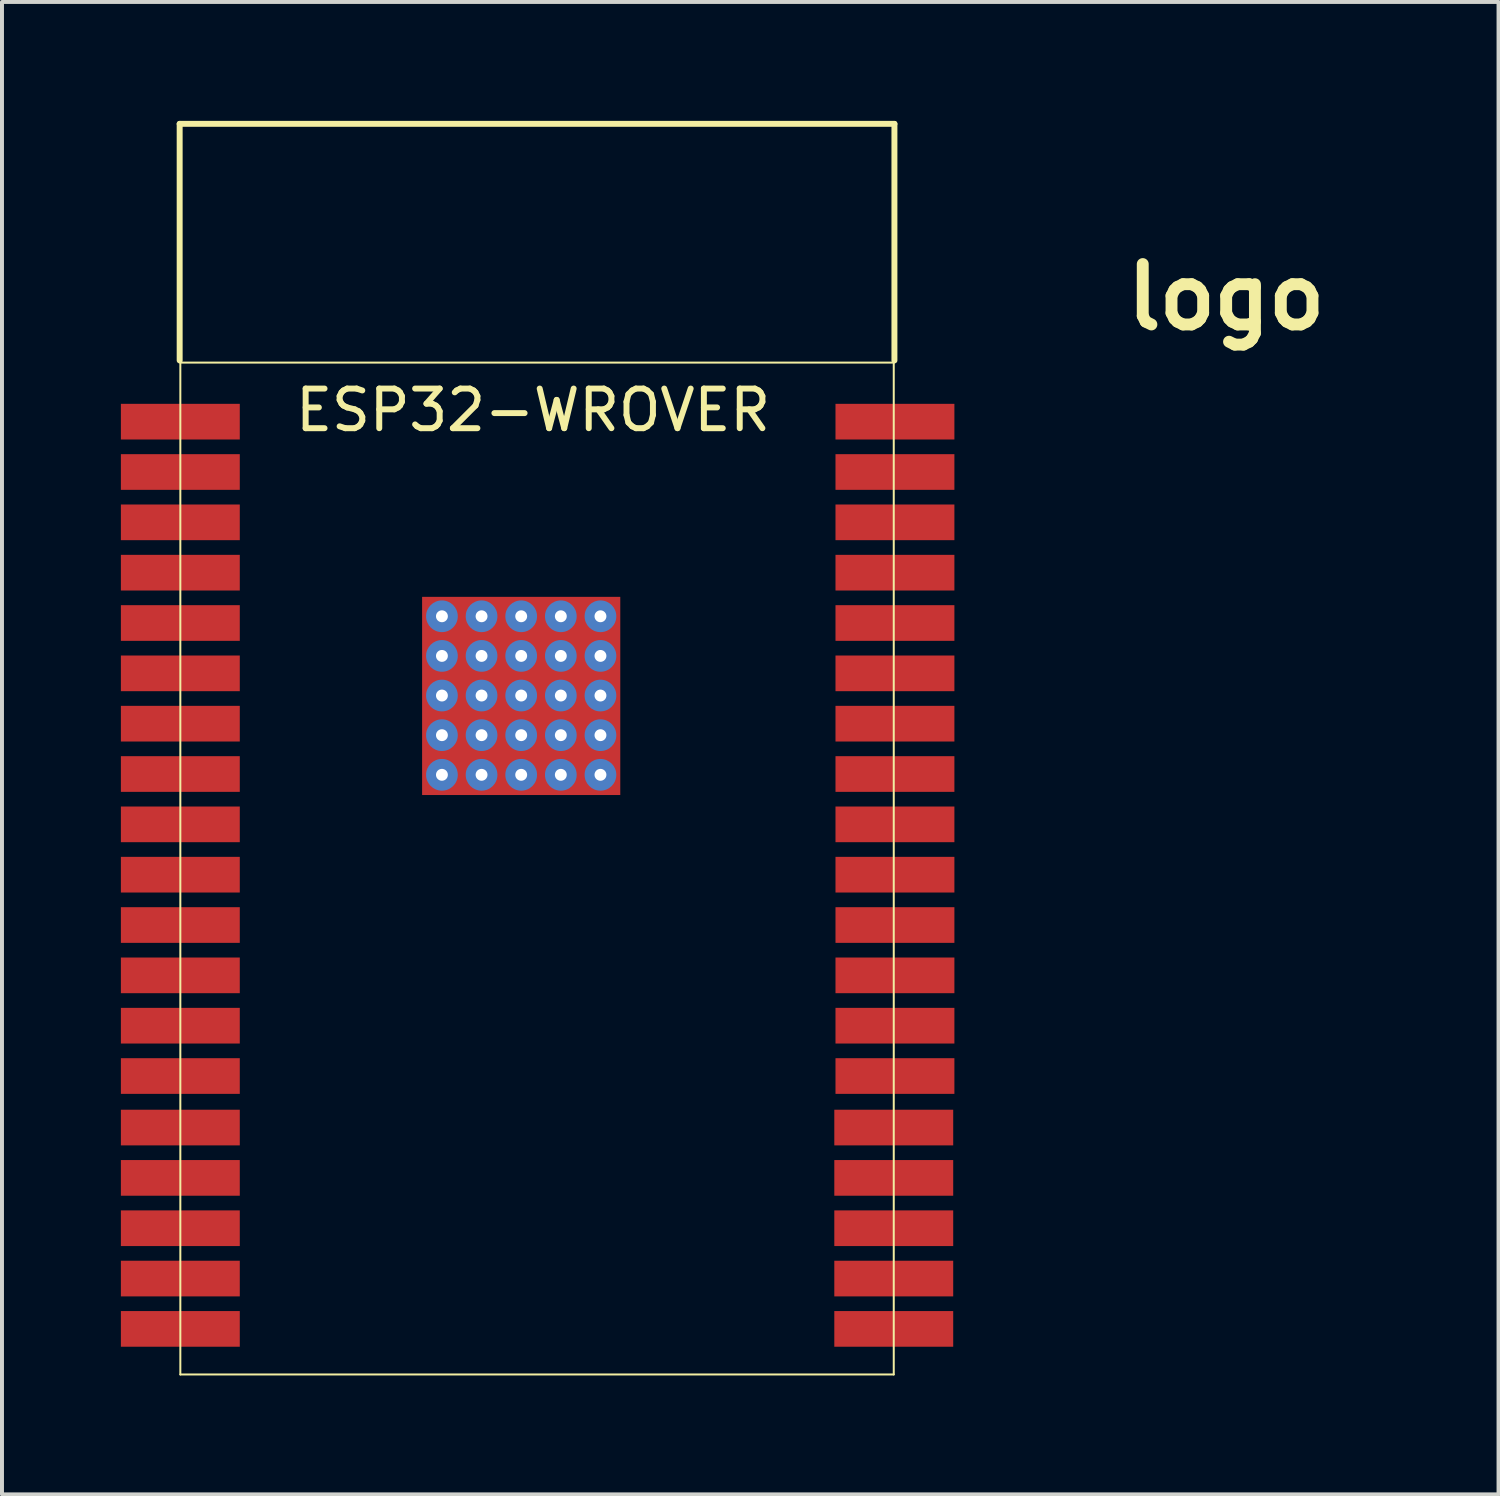
<source format=kicad_pcb>
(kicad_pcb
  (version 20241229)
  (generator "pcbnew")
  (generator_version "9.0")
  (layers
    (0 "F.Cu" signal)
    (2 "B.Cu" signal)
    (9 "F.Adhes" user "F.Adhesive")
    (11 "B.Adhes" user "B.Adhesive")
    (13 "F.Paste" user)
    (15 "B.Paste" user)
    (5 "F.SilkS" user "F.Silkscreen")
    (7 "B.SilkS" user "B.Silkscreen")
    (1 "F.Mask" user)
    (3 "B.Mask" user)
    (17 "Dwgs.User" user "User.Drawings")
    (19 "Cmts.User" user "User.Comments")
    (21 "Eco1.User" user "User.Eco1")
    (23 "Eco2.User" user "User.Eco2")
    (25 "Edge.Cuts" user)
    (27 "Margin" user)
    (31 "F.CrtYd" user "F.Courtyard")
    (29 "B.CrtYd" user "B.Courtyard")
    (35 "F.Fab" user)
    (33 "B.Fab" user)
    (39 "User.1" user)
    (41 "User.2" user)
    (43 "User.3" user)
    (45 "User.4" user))
  (footprint "ESP32-WROVER"
    (layer "F.Cu")
    (at 10.5 6.679)
    (property "Reference" "ESP32-WROVER" (at -0.1 0.62 0) (layer "F.SilkS") (effects (font (size 1 1) (thickness 0.15))))
    (attr smd)
    (fp_line (start -9.017 -0.635) (end -9.017 -6.604) (stroke (width 0.15) (type solid)) (layer "F.SilkS"))
    (fp_line (start -9 -0.58) (end 9 -0.58) (stroke (width 0.05) (type solid)) (layer "F.SilkS"))
    (fp_line (start -9 24.95) (end -9 -0.58) (stroke (width 0.05) (type solid)) (layer "F.SilkS"))
    (fp_line (start 9 -0.58) (end 9 24.95) (stroke (width 0.05) (type solid)) (layer "F.SilkS"))
    (fp_line (start 9 24.95) (end -9 24.95) (stroke (width 0.05) (type solid)) (layer "F.SilkS"))
    (fp_line (start 9.017 -6.604) (end -9.017 -6.604) (stroke (width 0.15) (type solid)) (layer "F.SilkS"))
    (fp_line (start 9.017 -0.635) (end 9.017 -6.604) (stroke (width 0.15) (type solid)) (layer "F.SilkS"))
    (pad "1" smd rect (at -9 0.91) (size 3 0.9) (layers "F.Cu" "F.Mask" "F.Paste"))
    (pad "2" smd rect (at -9 2.18) (size 3 0.9) (layers "F.Cu" "F.Mask" "F.Paste"))
    (pad "3" smd rect (at -9 3.45) (size 3 0.9) (layers "F.Cu" "F.Mask" "F.Paste"))
    (pad "4" smd rect (at -9 4.72) (size 3 0.9) (layers "F.Cu" "F.Mask" "F.Paste"))
    (pad "5" smd rect (at -9 5.99) (size 3 0.9) (layers "F.Cu" "F.Mask" "F.Paste"))
    (pad "6" smd rect (at -9 7.26) (size 3 0.9) (layers "F.Cu" "F.Mask" "F.Paste"))
    (pad "7" smd rect (at -9 8.53) (size 3 0.9) (layers "F.Cu" "F.Mask" "F.Paste"))
    (pad "8" smd rect (at -9 9.8) (size 3 0.9) (layers "F.Cu" "F.Mask" "F.Paste"))
    (pad "9" smd rect (at -9 11.07) (size 3 0.9) (layers "F.Cu" "F.Mask" "F.Paste"))
    (pad "10" smd rect (at -9 12.34) (size 3 0.9) (layers "F.Cu" "F.Mask" "F.Paste"))
    (pad "11" smd rect (at -9 13.61) (size 3 0.9) (layers "F.Cu" "F.Mask" "F.Paste"))
    (pad "12" smd rect (at -9 14.88) (size 3 0.9) (layers "F.Cu" "F.Mask" "F.Paste"))
    (pad "13" smd rect (at -9 16.15) (size 3 0.9) (layers "F.Cu" "F.Mask" "F.Paste"))
    (pad "14" smd rect (at -9 17.42) (size 3 0.9) (layers "F.Cu" "F.Mask" "F.Paste"))
    (pad "15" smd rect (at -9 18.72) (size 3 0.9) (layers "F.Cu" "F.Mask" "F.Paste"))
    (pad "16" smd rect (at -9 19.99) (size 3 0.9) (layers "F.Cu" "F.Mask" "F.Paste"))
    (pad "17" smd rect (at -9 21.26) (size 3 0.9) (layers "F.Cu" "F.Mask" "F.Paste"))
    (pad "18" smd rect (at -9 22.53) (size 3 0.9) (layers "F.Cu" "F.Mask" "F.Paste"))
    (pad "19" smd rect (at -9 23.8) (size 3 0.9) (layers "F.Cu" "F.Mask" "F.Paste"))
    (pad "20" smd rect (at 9 23.8) (size 3 0.9) (layers "F.Cu" "F.Mask" "F.Paste"))
    (pad "21" smd rect (at 9 22.53) (size 3 0.9) (layers "F.Cu" "F.Mask" "F.Paste"))
    (pad "22" smd rect (at 9 21.26) (size 3 0.9) (layers "F.Cu" "F.Mask" "F.Paste"))
    (pad "23" smd rect (at 9 19.99) (size 3 0.9) (layers "F.Cu" "F.Mask" "F.Paste"))
    (pad "24" smd rect (at 9 18.72) (size 3 0.9) (layers "F.Cu" "F.Mask" "F.Paste"))
    (pad "25" smd rect (at 9.03 17.42) (size 3 0.9) (layers "F.Cu" "F.Mask" "F.Paste"))
    (pad "26" smd rect (at 9.03 16.15) (size 3 0.9) (layers "F.Cu" "F.Mask" "F.Paste"))
    (pad "27" smd rect (at 9.03 14.88) (size 3 0.9) (layers "F.Cu" "F.Mask" "F.Paste"))
    (pad "28" smd rect (at 9.03 13.61) (size 3 0.9) (layers "F.Cu" "F.Mask" "F.Paste"))
    (pad "29" smd rect (at 9.03 12.34) (size 3 0.9) (layers "F.Cu" "F.Mask" "F.Paste"))
    (pad "30" smd rect (at 9.03 11.07) (size 3 0.9) (layers "F.Cu" "F.Mask" "F.Paste"))
    (pad "31" smd rect (at 9.03 9.8) (size 3 0.9) (layers "F.Cu" "F.Mask" "F.Paste"))
    (pad "32" smd rect (at 9.03 8.53) (size 3 0.9) (layers "F.Cu" "F.Mask" "F.Paste"))
    (pad "33" smd rect (at 9.03 7.26) (size 3 0.9) (layers "F.Cu" "F.Mask" "F.Paste"))
    (pad "34" smd rect (at 9.03 5.99) (size 3 0.9) (layers "F.Cu" "F.Mask" "F.Paste"))
    (pad "35" smd rect (at 9.03 4.72) (size 3 0.9) (layers "F.Cu" "F.Mask" "F.Paste"))
    (pad "36" smd rect (at 9.03 3.45) (size 3 0.9) (layers "F.Cu" "F.Mask" "F.Paste"))
    (pad "37" smd rect (at 9.03 2.18) (size 3 0.9) (layers "F.Cu" "F.Mask" "F.Paste"))
    (pad "38" smd rect (at 9.03 0.91) (size 3 0.9) (layers "F.Cu" "F.Mask" "F.Paste"))
    (pad "39" thru_hole circle (at -2.4 5.82) (size 0.8 0.8) (drill 0.3) (layers "*.Cu" "*.Mask"))
    (pad "39" thru_hole circle (at -2.4 6.82) (size 0.8 0.8) (drill 0.3) (layers "*.Cu" "*.Mask"))
    (pad "39" thru_hole circle (at -2.4 7.82) (size 0.8 0.8) (drill 0.3) (layers "*.Cu" "*.Mask"))
    (pad "39" thru_hole circle (at -2.4 8.82) (size 0.8 0.8) (drill 0.3) (layers "*.Cu" "*.Mask"))
    (pad "39" thru_hole circle (at -2.4 9.82) (size 0.8 0.8) (drill 0.3) (layers "*.Cu" "*.Mask"))
    (pad "39" thru_hole circle (at -1.4 5.82) (size 0.8 0.8) (drill 0.3) (layers "*.Cu" "*.Mask"))
    (pad "39" thru_hole circle (at -1.4 6.82) (size 0.8 0.8) (drill 0.3) (layers "*.Cu" "*.Mask"))
    (pad "39" thru_hole circle (at -1.4 7.82) (size 0.8 0.8) (drill 0.3) (layers "*.Cu" "*.Mask"))
    (pad "39" thru_hole circle (at -1.4 8.82) (size 0.8 0.8) (drill 0.3) (layers "*.Cu" "*.Mask"))
    (pad "39" thru_hole circle (at -1.4 9.82) (size 0.8 0.8) (drill 0.3) (layers "*.Cu" "*.Mask"))
    (pad "39" thru_hole circle (at -0.4 5.82) (size 0.8 0.8) (drill 0.3) (layers "*.Cu" "*.Mask"))
    (pad "39" thru_hole circle (at -0.4 6.82) (size 0.8 0.8) (drill 0.3) (layers "*.Cu" "*.Mask"))
    (pad "39" thru_hole circle (at -0.4 7.82) (size 0.8 0.8) (drill 0.3) (layers "*.Cu" "*.Mask"))
    (pad "39" smd rect (at -0.4 7.83) (size 5 5) (layers "F.Cu" "F.Mask" "F.Paste"))
    (pad "39" thru_hole circle (at -0.4 8.82) (size 0.8 0.8) (drill 0.3) (layers "*.Cu" "*.Mask"))
    (pad "39" thru_hole circle (at -0.4 9.82) (size 0.8 0.8) (drill 0.3) (layers "*.Cu" "*.Mask"))
    (pad "39" thru_hole circle (at 0.6 5.82) (size 0.8 0.8) (drill 0.3) (layers "*.Cu" "*.Mask"))
    (pad "39" thru_hole circle (at 0.6 6.82) (size 0.8 0.8) (drill 0.3) (layers "*.Cu" "*.Mask"))
    (pad "39" thru_hole circle (at 0.6 7.82) (size 0.8 0.8) (drill 0.3) (layers "*.Cu" "*.Mask"))
    (pad "39" thru_hole circle (at 0.6 8.82) (size 0.8 0.8) (drill 0.3) (layers "*.Cu" "*.Mask"))
    (pad "39" thru_hole circle (at 0.6 9.82) (size 0.8 0.8) (drill 0.3) (layers "*.Cu" "*.Mask"))
    (pad "39" thru_hole circle (at 1.6 5.82) (size 0.8 0.8) (drill 0.3) (layers "*.Cu" "*.Mask"))
    (pad "39" thru_hole circle (at 1.6 6.82) (size 0.8 0.8) (drill 0.3) (layers "*.Cu" "*.Mask"))
    (pad "39" thru_hole circle (at 1.6 7.82) (size 0.8 0.8) (drill 0.3) (layers "*.Cu" "*.Mask"))
    (pad "39" thru_hole circle (at 1.6 8.82) (size 0.8 0.8) (drill 0.3) (layers "*.Cu" "*.Mask"))
    (pad "39" thru_hole circle (at 1.6 9.82) (size 0.8 0.8) (drill 0.3) (layers "*.Cu" "*.Mask")))
  (footprint "logo"
    (layer "F.Cu")
    (at 27.887 4.447)
    (property "Reference" "logo" (at 0 0 0) (layer "F.SilkS") (effects (font (size 1.524 1.524) (thickness 0.3))))
    (attr through_hole)
    (fp_poly (pts (xy 1.321 -3.705) (xy 1.394 -3.665) (xy 1.506 -3.602) (xy 1.654 -3.519) (xy 1.832 -3.419) (xy 2.036 -3.304) (xy 2.261 -3.177) (xy 2.502 -3.041) (xy 2.59 -2.992) (xy 3.865 -2.272) (xy 3.866 0.004) (xy 3.866 2.28) (xy 1.943 3.376) (xy 1.64 3.549) (xy 1.35 3.714) (xy 1.079 3.868) (xy 0.829 4.01) (xy 0.604 4.137) (xy 0.408 4.247) (xy 0.246 4.339) (xy 0.119 4.41) (xy 0.033 4.457) (xy -0.008 4.479) (xy -0.011 4.481) (xy -0.047 4.471) (xy -0.12 4.438) (xy -0.222 4.386) (xy -0.341 4.322) (xy -0.353 4.316) (xy -0.491 4.239) (xy -0.628 4.16) (xy -0.748 4.091) (xy -0.825 4.046) (xy -0.987 3.948) (xy -0.994 3.284) (xy -1.002 2.621) (xy -2.752 1.615) (xy -2.752 -1.59) (xy -2.357 -1.81) (xy -2.221 -1.884) (xy -2.103 -1.948) (xy -2.012 -1.997) (xy -1.954 -2.025) (xy -1.94 -2.031) (xy -1.936 -2.004) (xy -1.933 -1.925) (xy -1.929 -1.8) (xy -1.926 -1.634) (xy -1.923 -1.432) (xy -1.921 -1.199) (xy -1.92 -0.94) (xy -1.919 -0.66) (xy -1.919 -0.473) (xy -1.918 1.087) (xy -1.051 1.585) (xy -0.183 2.083) (xy -0.155 2.829) (xy -0.127 3.575) (xy 0.071 3.458) (xy 0.132 3.423) (xy 0.238 3.362) (xy 0.382 3.279) (xy 0.559 3.177) (xy 0.764 3.059) (xy 0.992 2.929) (xy 1.237 2.788) (xy 1.495 2.641) (xy 1.644 2.556) (xy 3.02 1.769) (xy 3.02 -1.742) (xy 1.27 -2.771) (xy 1.27 -3.25) (xy 1.271 -3.407) (xy 1.275 -3.541) (xy 1.28 -3.644) (xy 1.287 -3.706) (xy 1.293 -3.721) (xy 1.321 -3.705)) (stroke (width 0.01) (type solid)) (fill no) (layer "Eco2.User"))
    (fp_poly (pts (xy 0.047 -4.435) (xy 0.051 -4.433) (xy 0.101 -4.408) (xy 0.19 -4.362) (xy 0.308 -4.298) (xy 0.445 -4.223) (xy 0.543 -4.169) (xy 0.959 -3.939) (xy 0.966 -2.174) (xy 0.974 -0.409) (xy 1.891 -0.394) (xy 1.891 -1.199) (xy 1.891 -1.405) (xy 1.893 -1.592) (xy 1.895 -1.753) (xy 1.897 -1.879) (xy 1.901 -1.965) (xy 1.904 -2.003) (xy 1.905 -2.004) (xy 1.933 -1.992) (xy 2.004 -1.959) (xy 2.107 -1.909) (xy 2.234 -1.846) (xy 2.328 -1.8) (xy 2.738 -1.595) (xy 2.731 0.01) (xy 2.723 1.615) (xy 2.333 1.842) (xy 2.181 1.929) (xy 2.07 1.989) (xy 1.994 2.025) (xy 1.947 2.039) (xy 1.922 2.035) (xy 1.917 2.029) (xy 1.91 1.992) (xy 1.904 1.905) (xy 1.899 1.778) (xy 1.895 1.617) (xy 1.892 1.43) (xy 1.891 1.225) (xy 1.891 1.206) (xy 1.891 0.422) (xy 1.432 0.43) (xy 0.974 0.437) (xy 0.966 1.538) (xy 0.958 2.639) (xy 0.567 2.843) (xy 0.432 2.913) (xy 0.315 2.973) (xy 0.225 3.018) (xy 0.171 3.044) (xy 0.159 3.048) (xy 0.157 3.02) (xy 0.154 2.94) (xy 0.152 2.81) (xy 0.15 2.634) (xy 0.148 2.416) (xy 0.147 2.159) (xy 0.145 1.867) (xy 0.144 1.543) (xy 0.143 1.191) (xy 0.142 0.815) (xy 0.141 0.417) (xy 0.141 0.001) (xy 0.141 -0.18) (xy 0.141 -3.408) (xy 0.061 -3.441) (xy 0.041 -3.448) (xy 0.017 -3.449) (xy -0.015 -3.443) (xy -0.059 -3.427) (xy -0.12 -3.4) (xy -0.202 -3.359) (xy -0.309 -3.302) (xy -0.445 -3.227) (xy -0.615 -3.131) (xy -0.822 -3.013) (xy -1.073 -2.869) (xy -1.23 -2.779) (xy -1.481 -2.635) (xy -1.728 -2.493) (xy -1.963 -2.358) (xy -2.18 -2.233) (xy -2.374 -2.122) (xy -2.537 -2.028) (xy -2.664 -1.955) (xy -2.744 -1.909) (xy -3.047 -1.736) (xy -3.047 1.764) (xy -2.229 2.241) (xy -2.032 2.355) (xy -1.85 2.462) (xy -1.688 2.557) (xy -1.553 2.637) (xy -1.45 2.698) (xy -1.386 2.737) (xy -1.368 2.749) (xy -1.352 2.769) (xy -1.341 2.807) (xy -1.334 2.87) (xy -1.331 2.968) (xy -1.331 3.108) (xy -1.333 3.251) (xy -1.341 3.722) (xy -2.159 3.261) (xy -2.381 3.136) (xy -2.609 3.007) (xy -2.834 2.879) (xy -3.044 2.759) (xy -3.23 2.653) (xy -3.38 2.567) (xy -3.415 2.546) (xy -3.852 2.292) (xy -3.852 -2.271) (xy -2.568 -3.013) (xy -2.296 -3.17) (xy -2.017 -3.331) (xy -1.739 -3.491) (xy -1.47 -3.645) (xy -1.219 -3.789) (xy -0.993 -3.919) (xy -0.8 -4.028) (xy -0.655 -4.111) (xy -0.462 -4.22) (xy -0.311 -4.303) (xy -0.197 -4.365) (xy -0.113 -4.406) (xy -0.053 -4.431) (xy -0.01 -4.442) (xy 0.021 -4.442) (xy 0.047 -4.435)) (stroke (width 0.01) (type solid)) (fill no) (layer "Eco2.User")))
  (gr_rect
    (start -3 -3)
    (end 34.759 34.654)
    (stroke (width 0.1) (type default))
    (fill no)
    (layer "Edge.Cuts")))
</source>
